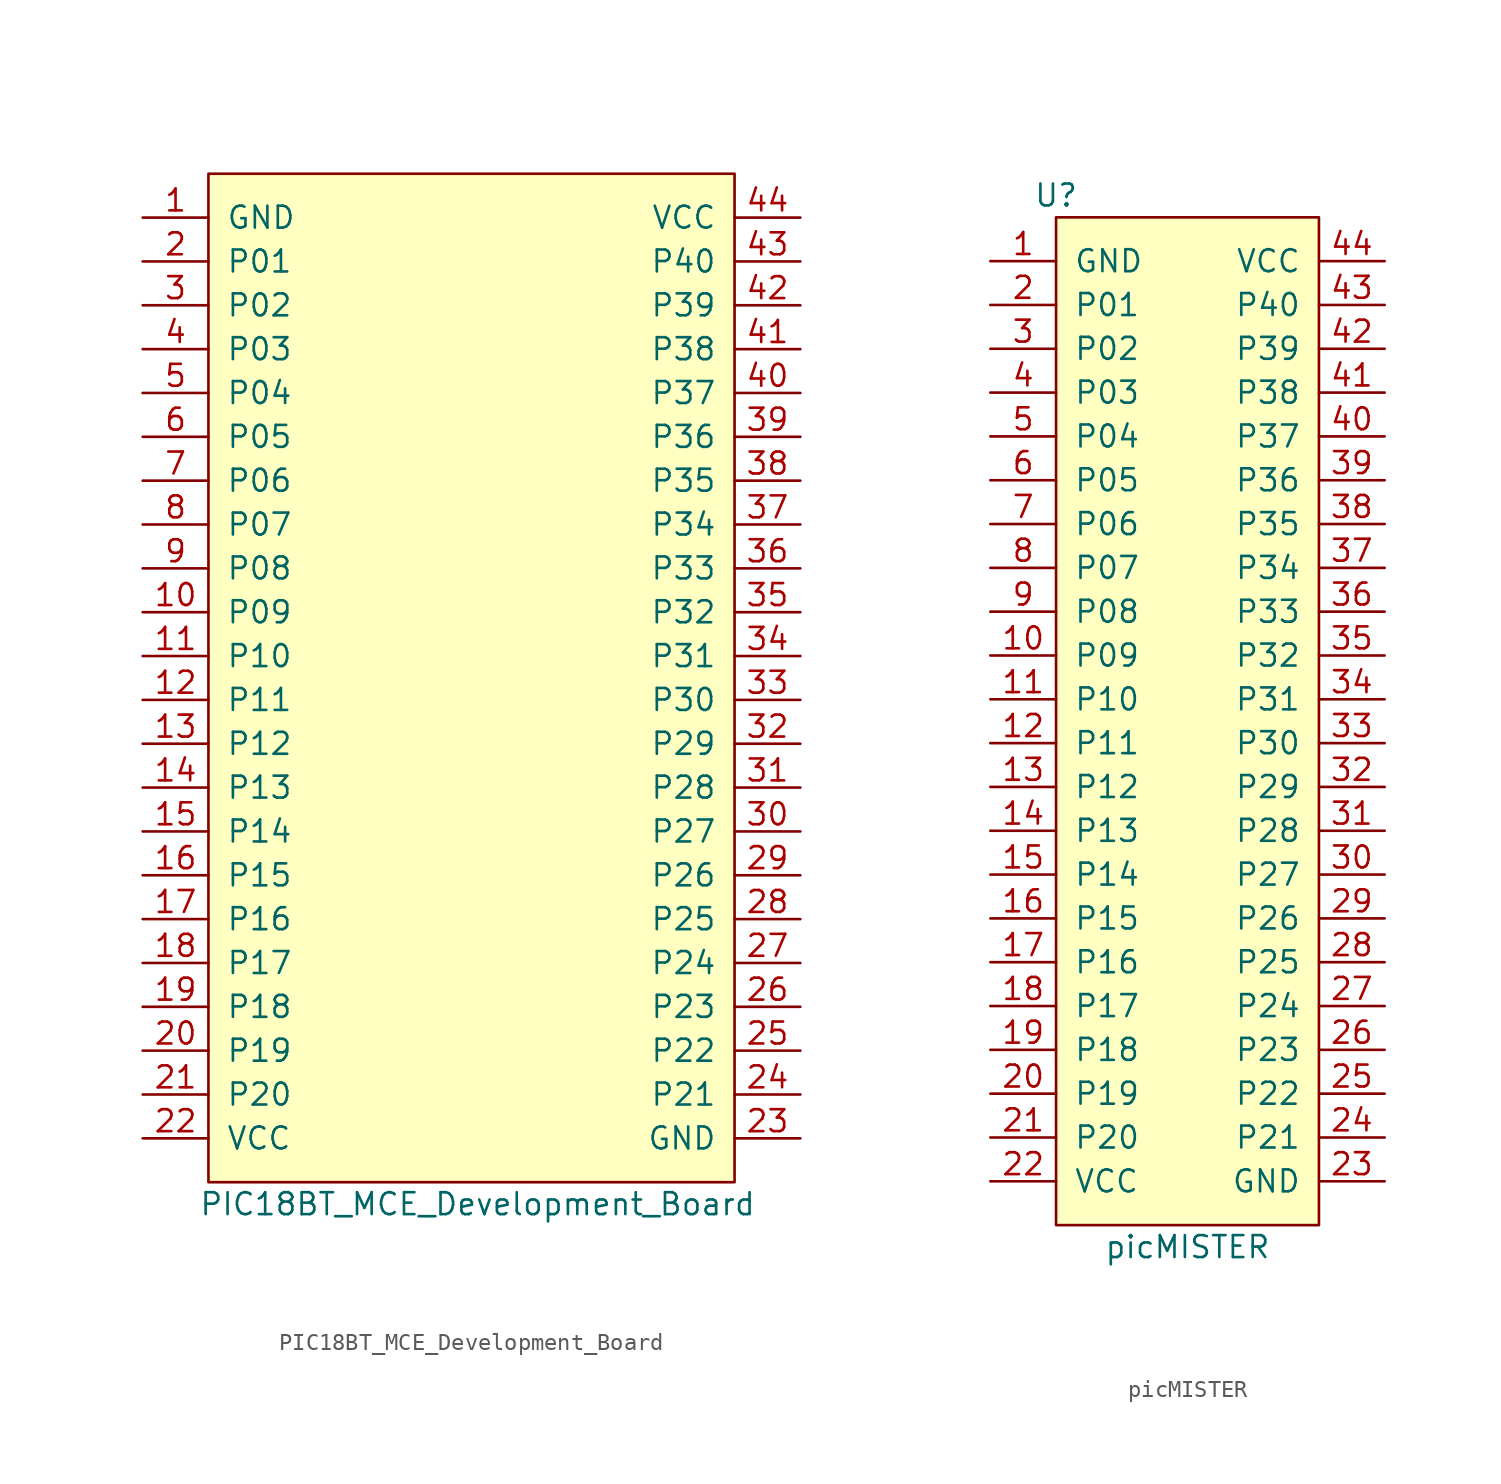
<source format=kicad_sym>
(kicad_symbol_lib
  (version 20220914)
  (generator kicad_symbol_editor)
  (symbol "PIC18BT_MCE_Development_Board"
    (pin_names
      (offset 1.016))
    (property "Reference" "U?"
      (at -13.97 30.48 0)
      (effects (font (size 1.27 1.27)) hide))
    (property "Value" "PIC18BT_MCE_Development_Board"
      (at 16.51 -30.48 0)
      (effects (font (size 1.27 1.27)) (justify right)))
    (symbol "PIC18BT_MCE_Development_Board_1_1"
      (rectangle (start -15.24 29.21) (end 15.24 -29.21) (stroke (width 0) (type default)) (fill (type background)))
      (pin power_in line (at -19.05 26.67 0) (length 3.81) (name "GND" (effects (font (size 1.27 1.27)))) (number "1" (effects (font (size 1.27 1.27)))))
      (pin bidirectional line (at -19.05 3.81 0) (length 3.81) (name "P09" (effects (font (size 1.27 1.27)))) (number "10" (effects (font (size 1.27 1.27)))))
      (pin bidirectional line (at -19.05 1.27 0) (length 3.81) (name "P10" (effects (font (size 1.27 1.27)))) (number "11" (effects (font (size 1.27 1.27)))))
      (pin bidirectional line (at -19.05 -1.27 0) (length 3.81) (name "P11" (effects (font (size 1.27 1.27)))) (number "12" (effects (font (size 1.27 1.27)))))
      (pin bidirectional line (at -19.05 -3.81 0) (length 3.81) (name "P12" (effects (font (size 1.27 1.27)))) (number "13" (effects (font (size 1.27 1.27)))))
      (pin bidirectional line (at -19.05 -6.35 0) (length 3.81) (name "P13" (effects (font (size 1.27 1.27)))) (number "14" (effects (font (size 1.27 1.27)))))
      (pin bidirectional line (at -19.05 -8.89 0) (length 3.81) (name "P14" (effects (font (size 1.27 1.27)))) (number "15" (effects (font (size 1.27 1.27)))))
      (pin bidirectional line (at -19.05 -11.43 0) (length 3.81) (name "P15" (effects (font (size 1.27 1.27)))) (number "16" (effects (font (size 1.27 1.27)))))
      (pin bidirectional line (at -19.05 -13.97 0) (length 3.81) (name "P16" (effects (font (size 1.27 1.27)))) (number "17" (effects (font (size 1.27 1.27)))))
      (pin bidirectional line (at -19.05 -16.51 0) (length 3.81) (name "P17" (effects (font (size 1.27 1.27)))) (number "18" (effects (font (size 1.27 1.27)))))
      (pin bidirectional line (at -19.05 -19.05 0) (length 3.81) (name "P18" (effects (font (size 1.27 1.27)))) (number "19" (effects (font (size 1.27 1.27)))))
      (pin bidirectional line (at -19.05 24.13 0) (length 3.81) (name "P01" (effects (font (size 1.27 1.27)))) (number "2" (effects (font (size 1.27 1.27)))))
      (pin bidirectional line (at -19.05 -21.59 0) (length 3.81) (name "P19" (effects (font (size 1.27 1.27)))) (number "20" (effects (font (size 1.27 1.27)))))
      (pin bidirectional line (at -19.05 -24.13 0) (length 3.81) (name "P20" (effects (font (size 1.27 1.27)))) (number "21" (effects (font (size 1.27 1.27)))))
      (pin power_in line (at -19.05 -26.67 0) (length 3.81) (name "VCC" (effects (font (size 1.27 1.27)))) (number "22" (effects (font (size 1.27 1.27)))))
      (pin power_in line (at 19.05 -26.67 180) (length 3.81) (name "GND" (effects (font (size 1.27 1.27)))) (number "23" (effects (font (size 1.27 1.27)))))
      (pin bidirectional line (at 19.05 -24.13 180) (length 3.81) (name "P21" (effects (font (size 1.27 1.27)))) (number "24" (effects (font (size 1.27 1.27)))))
      (pin bidirectional line (at 19.05 -21.59 180) (length 3.81) (name "P22" (effects (font (size 1.27 1.27)))) (number "25" (effects (font (size 1.27 1.27)))))
      (pin bidirectional line (at 19.05 -19.05 180) (length 3.81) (name "P23" (effects (font (size 1.27 1.27)))) (number "26" (effects (font (size 1.27 1.27)))))
      (pin bidirectional line (at 19.05 -16.51 180) (length 3.81) (name "P24" (effects (font (size 1.27 1.27)))) (number "27" (effects (font (size 1.27 1.27)))))
      (pin bidirectional line (at 19.05 -13.97 180) (length 3.81) (name "P25" (effects (font (size 1.27 1.27)))) (number "28" (effects (font (size 1.27 1.27)))))
      (pin bidirectional line (at 19.05 -11.43 180) (length 3.81) (name "P26" (effects (font (size 1.27 1.27)))) (number "29" (effects (font (size 1.27 1.27)))))
      (pin bidirectional line (at -19.05 21.59 0) (length 3.81) (name "P02" (effects (font (size 1.27 1.27)))) (number "3" (effects (font (size 1.27 1.27)))))
      (pin bidirectional line (at 19.05 -8.89 180) (length 3.81) (name "P27" (effects (font (size 1.27 1.27)))) (number "30" (effects (font (size 1.27 1.27)))))
      (pin bidirectional line (at 19.05 -6.35 180) (length 3.81) (name "P28" (effects (font (size 1.27 1.27)))) (number "31" (effects (font (size 1.27 1.27)))))
      (pin bidirectional line (at 19.05 -3.81 180) (length 3.81) (name "P29" (effects (font (size 1.27 1.27)))) (number "32" (effects (font (size 1.27 1.27)))))
      (pin bidirectional line (at 19.05 -1.27 180) (length 3.81) (name "P30" (effects (font (size 1.27 1.27)))) (number "33" (effects (font (size 1.27 1.27)))))
      (pin bidirectional line (at 19.05 1.27 180) (length 3.81) (name "P31" (effects (font (size 1.27 1.27)))) (number "34" (effects (font (size 1.27 1.27)))))
      (pin bidirectional line (at 19.05 3.81 180) (length 3.81) (name "P32" (effects (font (size 1.27 1.27)))) (number "35" (effects (font (size 1.27 1.27)))))
      (pin bidirectional line (at 19.05 6.35 180) (length 3.81) (name "P33" (effects (font (size 1.27 1.27)))) (number "36" (effects (font (size 1.27 1.27)))))
      (pin bidirectional line (at 19.05 8.89 180) (length 3.81) (name "P34" (effects (font (size 1.27 1.27)))) (number "37" (effects (font (size 1.27 1.27)))))
      (pin bidirectional line (at 19.05 11.43 180) (length 3.81) (name "P35" (effects (font (size 1.27 1.27)))) (number "38" (effects (font (size 1.27 1.27)))))
      (pin bidirectional line (at 19.05 13.97 180) (length 3.81) (name "P36" (effects (font (size 1.27 1.27)))) (number "39" (effects (font (size 1.27 1.27)))))
      (pin bidirectional line (at -19.05 19.05 0) (length 3.81) (name "P03" (effects (font (size 1.27 1.27)))) (number "4" (effects (font (size 1.27 1.27)))))
      (pin bidirectional line (at 19.05 16.51 180) (length 3.81) (name "P37" (effects (font (size 1.27 1.27)))) (number "40" (effects (font (size 1.27 1.27)))))
      (pin bidirectional line (at 19.05 19.05 180) (length 3.81) (name "P38" (effects (font (size 1.27 1.27)))) (number "41" (effects (font (size 1.27 1.27)))))
      (pin bidirectional line (at 19.05 21.59 180) (length 3.81) (name "P39" (effects (font (size 1.27 1.27)))) (number "42" (effects (font (size 1.27 1.27)))))
      (pin bidirectional line (at 19.05 24.13 180) (length 3.81) (name "P40" (effects (font (size 1.27 1.27)))) (number "43" (effects (font (size 1.27 1.27)))))
      (pin power_in line (at 19.05 26.67 180) (length 3.81) (name "VCC" (effects (font (size 1.27 1.27)))) (number "44" (effects (font (size 1.27 1.27)))))
      (pin bidirectional line (at -19.05 16.51 0) (length 3.81) (name "P04" (effects (font (size 1.27 1.27)))) (number "5" (effects (font (size 1.27 1.27)))))
      (pin bidirectional line (at -19.05 13.97 0) (length 3.81) (name "P05" (effects (font (size 1.27 1.27)))) (number "6" (effects (font (size 1.27 1.27)))))
      (pin bidirectional line (at -19.05 11.43 0) (length 3.81) (name "P06" (effects (font (size 1.27 1.27)))) (number "7" (effects (font (size 1.27 1.27)))))
      (pin bidirectional line (at -19.05 8.89 0) (length 3.81) (name "P07" (effects (font (size 1.27 1.27)))) (number "8" (effects (font (size 1.27 1.27)))))
      (pin bidirectional line (at -19.05 6.35 0) (length 3.81) (name "P08" (effects (font (size 1.27 1.27)))) (number "9" (effects (font (size 1.27 1.27)))))))
  (symbol "picMISTER"
    (pin_names
      (offset 1.016))
    (property "Reference" "U"
      (at -7.62 30.48 0)
      (effects (font (size 1.27 1.27))))
    (property "Value" "picMISTER"
      (at 0 -30.48 0)
      (effects (font (size 1.27 1.27))))
    (symbol "picMISTER_1_1"
      (rectangle (start -7.62 29.21) (end 7.62 -29.21) (stroke (width 0) (type default)) (fill (type background)))
      (pin power_in line (at -11.43 26.67 0) (length 3.81) (name "GND" (effects (font (size 1.27 1.27)))) (number "1" (effects (font (size 1.27 1.27)))))
      (pin bidirectional line (at -11.43 3.81 0) (length 3.81) (name "P09" (effects (font (size 1.27 1.27)))) (number "10" (effects (font (size 1.27 1.27)))))
      (pin bidirectional line (at -11.43 1.27 0) (length 3.81) (name "P10" (effects (font (size 1.27 1.27)))) (number "11" (effects (font (size 1.27 1.27)))))
      (pin bidirectional line (at -11.43 -1.27 0) (length 3.81) (name "P11" (effects (font (size 1.27 1.27)))) (number "12" (effects (font (size 1.27 1.27)))))
      (pin bidirectional line (at -11.43 -3.81 0) (length 3.81) (name "P12" (effects (font (size 1.27 1.27)))) (number "13" (effects (font (size 1.27 1.27)))))
      (pin bidirectional line (at -11.43 -6.35 0) (length 3.81) (name "P13" (effects (font (size 1.27 1.27)))) (number "14" (effects (font (size 1.27 1.27)))))
      (pin bidirectional line (at -11.43 -8.89 0) (length 3.81) (name "P14" (effects (font (size 1.27 1.27)))) (number "15" (effects (font (size 1.27 1.27)))))
      (pin bidirectional line (at -11.43 -11.43 0) (length 3.81) (name "P15" (effects (font (size 1.27 1.27)))) (number "16" (effects (font (size 1.27 1.27)))))
      (pin bidirectional line (at -11.43 -13.97 0) (length 3.81) (name "P16" (effects (font (size 1.27 1.27)))) (number "17" (effects (font (size 1.27 1.27)))))
      (pin bidirectional line (at -11.43 -16.51 0) (length 3.81) (name "P17" (effects (font (size 1.27 1.27)))) (number "18" (effects (font (size 1.27 1.27)))))
      (pin bidirectional line (at -11.43 -19.05 0) (length 3.81) (name "P18" (effects (font (size 1.27 1.27)))) (number "19" (effects (font (size 1.27 1.27)))))
      (pin bidirectional line (at -11.43 24.13 0) (length 3.81) (name "P01" (effects (font (size 1.27 1.27)))) (number "2" (effects (font (size 1.27 1.27)))))
      (pin bidirectional line (at -11.43 -21.59 0) (length 3.81) (name "P19" (effects (font (size 1.27 1.27)))) (number "20" (effects (font (size 1.27 1.27)))))
      (pin bidirectional line (at -11.43 -24.13 0) (length 3.81) (name "P20" (effects (font (size 1.27 1.27)))) (number "21" (effects (font (size 1.27 1.27)))))
      (pin power_in line (at -11.43 -26.67 0) (length 3.81) (name "VCC" (effects (font (size 1.27 1.27)))) (number "22" (effects (font (size 1.27 1.27)))))
      (pin power_in line (at 11.43 -26.67 180) (length 3.81) (name "GND" (effects (font (size 1.27 1.27)))) (number "23" (effects (font (size 1.27 1.27)))))
      (pin bidirectional line (at 11.43 -24.13 180) (length 3.81) (name "P21" (effects (font (size 1.27 1.27)))) (number "24" (effects (font (size 1.27 1.27)))))
      (pin bidirectional line (at 11.43 -21.59 180) (length 3.81) (name "P22" (effects (font (size 1.27 1.27)))) (number "25" (effects (font (size 1.27 1.27)))))
      (pin bidirectional line (at 11.43 -19.05 180) (length 3.81) (name "P23" (effects (font (size 1.27 1.27)))) (number "26" (effects (font (size 1.27 1.27)))))
      (pin bidirectional line (at 11.43 -16.51 180) (length 3.81) (name "P24" (effects (font (size 1.27 1.27)))) (number "27" (effects (font (size 1.27 1.27)))))
      (pin bidirectional line (at 11.43 -13.97 180) (length 3.81) (name "P25" (effects (font (size 1.27 1.27)))) (number "28" (effects (font (size 1.27 1.27)))))
      (pin bidirectional line (at 11.43 -11.43 180) (length 3.81) (name "P26" (effects (font (size 1.27 1.27)))) (number "29" (effects (font (size 1.27 1.27)))))
      (pin bidirectional line (at -11.43 21.59 0) (length 3.81) (name "P02" (effects (font (size 1.27 1.27)))) (number "3" (effects (font (size 1.27 1.27)))))
      (pin bidirectional line (at 11.43 -8.89 180) (length 3.81) (name "P27" (effects (font (size 1.27 1.27)))) (number "30" (effects (font (size 1.27 1.27)))))
      (pin bidirectional line (at 11.43 -6.35 180) (length 3.81) (name "P28" (effects (font (size 1.27 1.27)))) (number "31" (effects (font (size 1.27 1.27)))))
      (pin bidirectional line (at 11.43 -3.81 180) (length 3.81) (name "P29" (effects (font (size 1.27 1.27)))) (number "32" (effects (font (size 1.27 1.27)))))
      (pin bidirectional line (at 11.43 -1.27 180) (length 3.81) (name "P30" (effects (font (size 1.27 1.27)))) (number "33" (effects (font (size 1.27 1.27)))))
      (pin bidirectional line (at 11.43 1.27 180) (length 3.81) (name "P31" (effects (font (size 1.27 1.27)))) (number "34" (effects (font (size 1.27 1.27)))))
      (pin bidirectional line (at 11.43 3.81 180) (length 3.81) (name "P32" (effects (font (size 1.27 1.27)))) (number "35" (effects (font (size 1.27 1.27)))))
      (pin bidirectional line (at 11.43 6.35 180) (length 3.81) (name "P33" (effects (font (size 1.27 1.27)))) (number "36" (effects (font (size 1.27 1.27)))))
      (pin bidirectional line (at 11.43 8.89 180) (length 3.81) (name "P34" (effects (font (size 1.27 1.27)))) (number "37" (effects (font (size 1.27 1.27)))))
      (pin bidirectional line (at 11.43 11.43 180) (length 3.81) (name "P35" (effects (font (size 1.27 1.27)))) (number "38" (effects (font (size 1.27 1.27)))))
      (pin bidirectional line (at 11.43 13.97 180) (length 3.81) (name "P36" (effects (font (size 1.27 1.27)))) (number "39" (effects (font (size 1.27 1.27)))))
      (pin bidirectional line (at -11.43 19.05 0) (length 3.81) (name "P03" (effects (font (size 1.27 1.27)))) (number "4" (effects (font (size 1.27 1.27)))))
      (pin bidirectional line (at 11.43 16.51 180) (length 3.81) (name "P37" (effects (font (size 1.27 1.27)))) (number "40" (effects (font (size 1.27 1.27)))))
      (pin bidirectional line (at 11.43 19.05 180) (length 3.81) (name "P38" (effects (font (size 1.27 1.27)))) (number "41" (effects (font (size 1.27 1.27)))))
      (pin bidirectional line (at 11.43 21.59 180) (length 3.81) (name "P39" (effects (font (size 1.27 1.27)))) (number "42" (effects (font (size 1.27 1.27)))))
      (pin bidirectional line (at 11.43 24.13 180) (length 3.81) (name "P40" (effects (font (size 1.27 1.27)))) (number "43" (effects (font (size 1.27 1.27)))))
      (pin power_in line (at 11.43 26.67 180) (length 3.81) (name "VCC" (effects (font (size 1.27 1.27)))) (number "44" (effects (font (size 1.27 1.27)))))
      (pin bidirectional line (at -11.43 16.51 0) (length 3.81) (name "P04" (effects (font (size 1.27 1.27)))) (number "5" (effects (font (size 1.27 1.27)))))
      (pin bidirectional line (at -11.43 13.97 0) (length 3.81) (name "P05" (effects (font (size 1.27 1.27)))) (number "6" (effects (font (size 1.27 1.27)))))
      (pin bidirectional line (at -11.43 11.43 0) (length 3.81) (name "P06" (effects (font (size 1.27 1.27)))) (number "7" (effects (font (size 1.27 1.27)))))
      (pin bidirectional line (at -11.43 8.89 0) (length 3.81) (name "P07" (effects (font (size 1.27 1.27)))) (number "8" (effects (font (size 1.27 1.27)))))
      (pin bidirectional line (at -11.43 6.35 0) (length 3.81) (name "P08" (effects (font (size 1.27 1.27)))) (number "9" (effects (font (size 1.27 1.27))))))))
</source>
